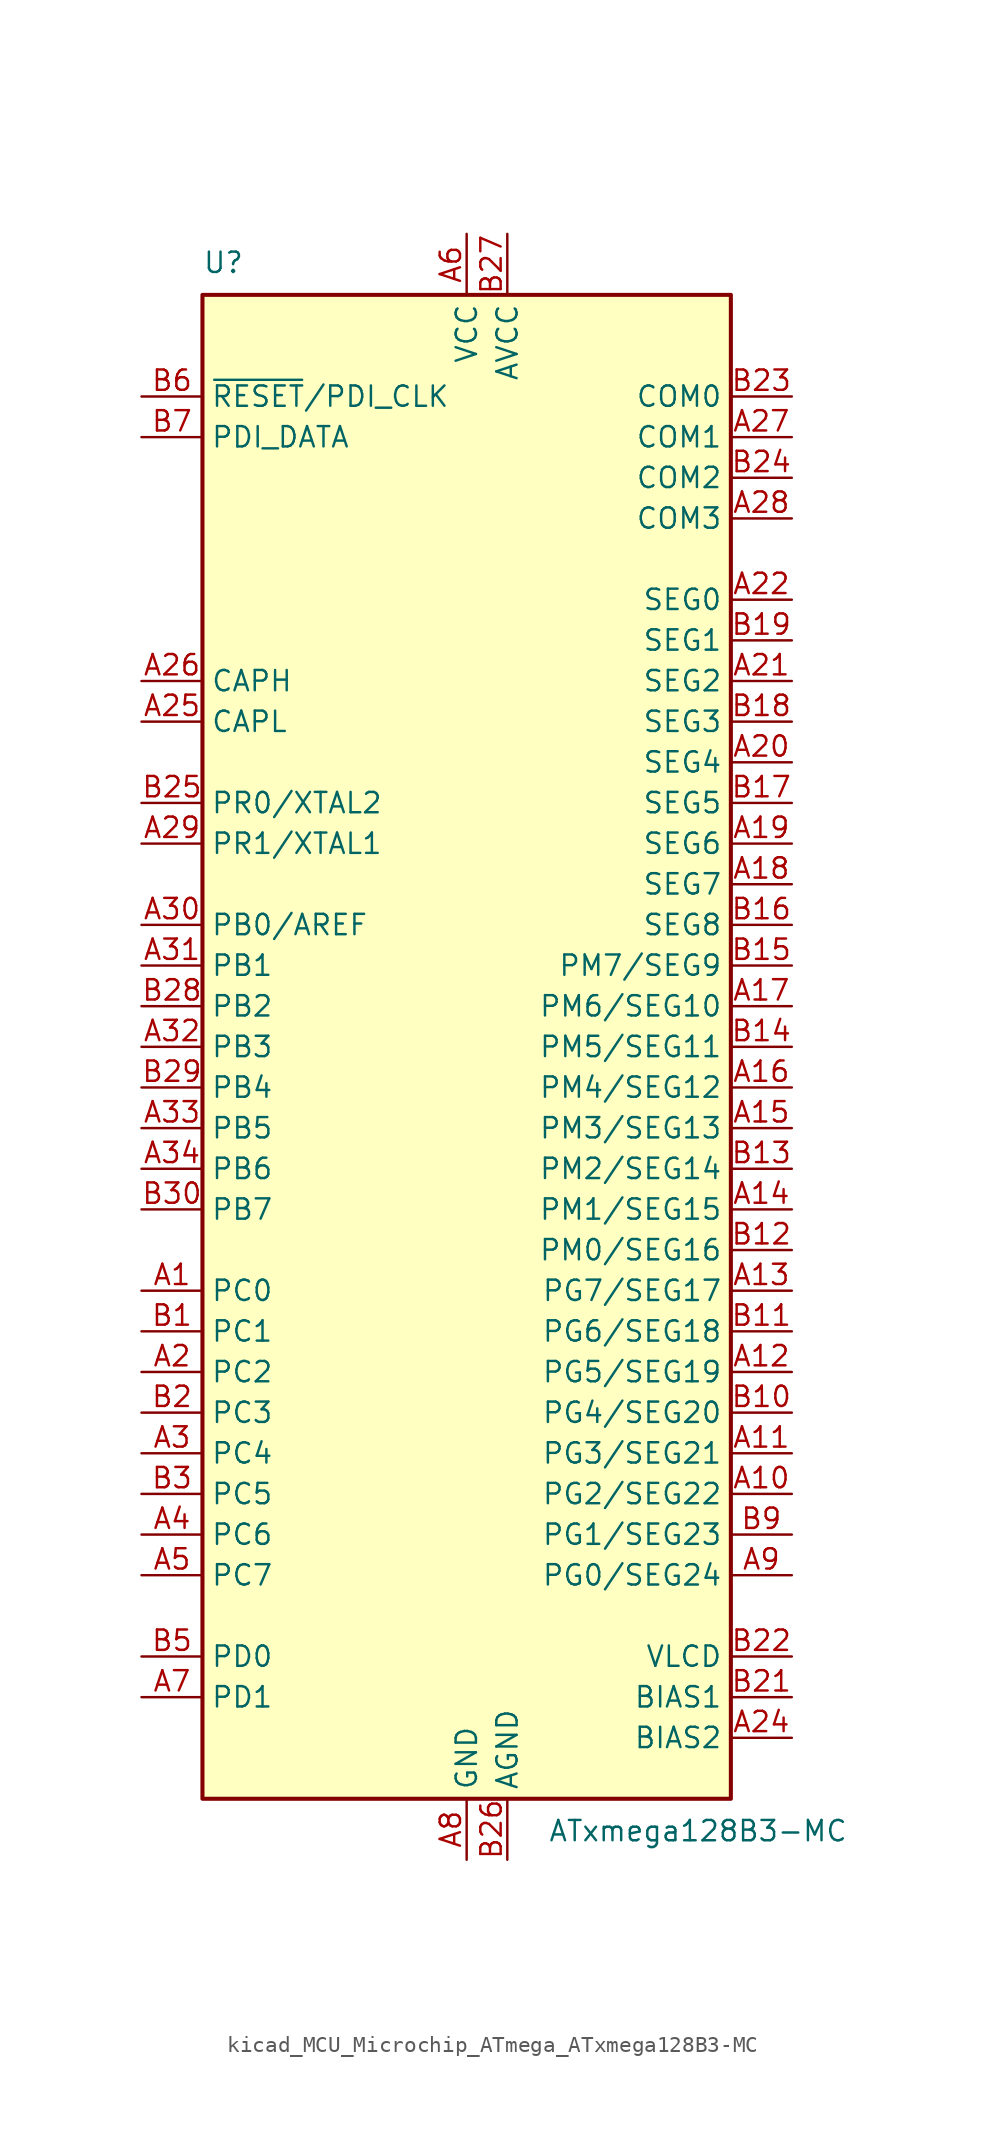
<source format=kicad_sym>
(kicad_symbol_lib
  (version 20220914)
  (generator kicad_symbol_editor)
  (symbol "kicad_MCU_Microchip_ATmega_ATxmega128B3-MC"
    (property "Reference" "U"
      (at -16.51 48.26 0)
      (effects (font (size 1.27 1.27)) (justify left bottom)))
    (property "Value" "ATxmega128B3-MC"
      (at 5.08 -48.26 0)
      (effects (font (size 1.27 1.27)) (justify left top)))
    (symbol "kicad_MCU_Microchip_ATmega_ATxmega128B3-MC_0_1"
      (rectangle (start -16.51 -46.99) (end 16.51 46.99) (stroke (width 0.254) (type default)) (fill (type background))))
    (symbol "kicad_MCU_Microchip_ATmega_ATxmega128B3-MC_1_1"
      (pin bidirectional line (at -20.32 -15.24 0) (length 3.81) (name "PC0" (effects (font (size 1.27 1.27)))) (number "A1" (effects (font (size 1.27 1.27)))))
      (pin bidirectional line (at 20.32 -27.94 180) (length 3.81) (name "PG2/SEG22" (effects (font (size 1.27 1.27)))) (number "A10" (effects (font (size 1.27 1.27)))))
      (pin bidirectional line (at 20.32 -25.4 180) (length 3.81) (name "PG3/SEG21" (effects (font (size 1.27 1.27)))) (number "A11" (effects (font (size 1.27 1.27)))))
      (pin bidirectional line (at 20.32 -20.32 180) (length 3.81) (name "PG5/SEG19" (effects (font (size 1.27 1.27)))) (number "A12" (effects (font (size 1.27 1.27)))))
      (pin bidirectional line (at 20.32 -15.24 180) (length 3.81) (name "PG7/SEG17" (effects (font (size 1.27 1.27)))) (number "A13" (effects (font (size 1.27 1.27)))))
      (pin bidirectional line (at 20.32 -10.16 180) (length 3.81) (name "PM1/SEG15" (effects (font (size 1.27 1.27)))) (number "A14" (effects (font (size 1.27 1.27)))))
      (pin bidirectional line (at 20.32 -5.08 180) (length 3.81) (name "PM3/SEG13" (effects (font (size 1.27 1.27)))) (number "A15" (effects (font (size 1.27 1.27)))))
      (pin bidirectional line (at 20.32 -2.54 180) (length 3.81) (name "PM4/SEG12" (effects (font (size 1.27 1.27)))) (number "A16" (effects (font (size 1.27 1.27)))))
      (pin bidirectional line (at 20.32 2.54 180) (length 3.81) (name "PM6/SEG10" (effects (font (size 1.27 1.27)))) (number "A17" (effects (font (size 1.27 1.27)))))
      (pin output line (at 20.32 10.16 180) (length 3.81) (name "SEG7" (effects (font (size 1.27 1.27)))) (number "A18" (effects (font (size 1.27 1.27)))))
      (pin output line (at 20.32 12.7 180) (length 3.81) (name "SEG6" (effects (font (size 1.27 1.27)))) (number "A19" (effects (font (size 1.27 1.27)))))
      (pin bidirectional line (at -20.32 -20.32 0) (length 3.81) (name "PC2" (effects (font (size 1.27 1.27)))) (number "A2" (effects (font (size 1.27 1.27)))))
      (pin output line (at 20.32 17.78 180) (length 3.81) (name "SEG4" (effects (font (size 1.27 1.27)))) (number "A20" (effects (font (size 1.27 1.27)))))
      (pin output line (at 20.32 22.86 180) (length 3.81) (name "SEG2" (effects (font (size 1.27 1.27)))) (number "A21" (effects (font (size 1.27 1.27)))))
      (pin output line (at 20.32 27.94 180) (length 3.81) (name "SEG0" (effects (font (size 1.27 1.27)))) (number "A22" (effects (font (size 1.27 1.27)))))
      (pin passive line (at 0 50.8 270) (length 3.81) hide (name "VCC" (effects (font (size 1.27 1.27)))) (number "A23" (effects (font (size 1.27 1.27)))))
      (pin power_out line (at 20.32 -43.18 180) (length 3.81) (name "BIAS2" (effects (font (size 1.27 1.27)))) (number "A24" (effects (font (size 1.27 1.27)))))
      (pin passive line (at -20.32 20.32 0) (length 3.81) (name "CAPL" (effects (font (size 1.27 1.27)))) (number "A25" (effects (font (size 1.27 1.27)))))
      (pin passive line (at -20.32 22.86 0) (length 3.81) (name "CAPH" (effects (font (size 1.27 1.27)))) (number "A26" (effects (font (size 1.27 1.27)))))
      (pin output line (at 20.32 38.1 180) (length 3.81) (name "COM1" (effects (font (size 1.27 1.27)))) (number "A27" (effects (font (size 1.27 1.27)))))
      (pin output line (at 20.32 33.02 180) (length 3.81) (name "COM3" (effects (font (size 1.27 1.27)))) (number "A28" (effects (font (size 1.27 1.27)))))
      (pin bidirectional line (at -20.32 12.7 0) (length 3.81) (name "PR1/XTAL1" (effects (font (size 1.27 1.27)))) (number "A29" (effects (font (size 1.27 1.27)))))
      (pin bidirectional line (at -20.32 -25.4 0) (length 3.81) (name "PC4" (effects (font (size 1.27 1.27)))) (number "A3" (effects (font (size 1.27 1.27)))))
      (pin bidirectional line (at -20.32 7.62 0) (length 3.81) (name "PB0/AREF" (effects (font (size 1.27 1.27)))) (number "A30" (effects (font (size 1.27 1.27)))))
      (pin bidirectional line (at -20.32 5.08 0) (length 3.81) (name "PB1" (effects (font (size 1.27 1.27)))) (number "A31" (effects (font (size 1.27 1.27)))))
      (pin bidirectional line (at -20.32 0 0) (length 3.81) (name "PB3" (effects (font (size 1.27 1.27)))) (number "A32" (effects (font (size 1.27 1.27)))))
      (pin bidirectional line (at -20.32 -5.08 0) (length 3.81) (name "PB5" (effects (font (size 1.27 1.27)))) (number "A33" (effects (font (size 1.27 1.27)))))
      (pin bidirectional line (at -20.32 -7.62 0) (length 3.81) (name "PB6" (effects (font (size 1.27 1.27)))) (number "A34" (effects (font (size 1.27 1.27)))))
      (pin bidirectional line (at -20.32 -30.48 0) (length 3.81) (name "PC6" (effects (font (size 1.27 1.27)))) (number "A4" (effects (font (size 1.27 1.27)))))
      (pin bidirectional line (at -20.32 -33.02 0) (length 3.81) (name "PC7" (effects (font (size 1.27 1.27)))) (number "A5" (effects (font (size 1.27 1.27)))))
      (pin power_in line (at 0 50.8 270) (length 3.81) (name "VCC" (effects (font (size 1.27 1.27)))) (number "A6" (effects (font (size 1.27 1.27)))))
      (pin bidirectional line (at -20.32 -40.64 0) (length 3.81) (name "PD1" (effects (font (size 1.27 1.27)))) (number "A7" (effects (font (size 1.27 1.27)))))
      (pin power_in line (at 0 -50.8 90) (length 3.81) (name "GND" (effects (font (size 1.27 1.27)))) (number "A8" (effects (font (size 1.27 1.27)))))
      (pin bidirectional line (at 20.32 -33.02 180) (length 3.81) (name "PG0/SEG24" (effects (font (size 1.27 1.27)))) (number "A9" (effects (font (size 1.27 1.27)))))
      (pin bidirectional line (at -20.32 -17.78 0) (length 3.81) (name "PC1" (effects (font (size 1.27 1.27)))) (number "B1" (effects (font (size 1.27 1.27)))))
      (pin bidirectional line (at 20.32 -22.86 180) (length 3.81) (name "PG4/SEG20" (effects (font (size 1.27 1.27)))) (number "B10" (effects (font (size 1.27 1.27)))))
      (pin bidirectional line (at 20.32 -17.78 180) (length 3.81) (name "PG6/SEG18" (effects (font (size 1.27 1.27)))) (number "B11" (effects (font (size 1.27 1.27)))))
      (pin bidirectional line (at 20.32 -12.7 180) (length 3.81) (name "PM0/SEG16" (effects (font (size 1.27 1.27)))) (number "B12" (effects (font (size 1.27 1.27)))))
      (pin bidirectional line (at 20.32 -7.62 180) (length 3.81) (name "PM2/SEG14" (effects (font (size 1.27 1.27)))) (number "B13" (effects (font (size 1.27 1.27)))))
      (pin bidirectional line (at 20.32 0 180) (length 3.81) (name "PM5/SEG11" (effects (font (size 1.27 1.27)))) (number "B14" (effects (font (size 1.27 1.27)))))
      (pin bidirectional line (at 20.32 5.08 180) (length 3.81) (name "PM7/SEG9" (effects (font (size 1.27 1.27)))) (number "B15" (effects (font (size 1.27 1.27)))))
      (pin output line (at 20.32 7.62 180) (length 3.81) (name "SEG8" (effects (font (size 1.27 1.27)))) (number "B16" (effects (font (size 1.27 1.27)))))
      (pin output line (at 20.32 15.24 180) (length 3.81) (name "SEG5" (effects (font (size 1.27 1.27)))) (number "B17" (effects (font (size 1.27 1.27)))))
      (pin output line (at 20.32 20.32 180) (length 3.81) (name "SEG3" (effects (font (size 1.27 1.27)))) (number "B18" (effects (font (size 1.27 1.27)))))
      (pin output line (at 20.32 25.4 180) (length 3.81) (name "SEG1" (effects (font (size 1.27 1.27)))) (number "B19" (effects (font (size 1.27 1.27)))))
      (pin bidirectional line (at -20.32 -22.86 0) (length 3.81) (name "PC3" (effects (font (size 1.27 1.27)))) (number "B2" (effects (font (size 1.27 1.27)))))
      (pin passive line (at 0 -50.8 90) (length 3.81) hide (name "GND" (effects (font (size 1.27 1.27)))) (number "B20" (effects (font (size 1.27 1.27)))))
      (pin power_out line (at 20.32 -40.64 180) (length 3.81) (name "BIAS1" (effects (font (size 1.27 1.27)))) (number "B21" (effects (font (size 1.27 1.27)))))
      (pin power_out line (at 20.32 -38.1 180) (length 3.81) (name "VLCD" (effects (font (size 1.27 1.27)))) (number "B22" (effects (font (size 1.27 1.27)))))
      (pin output line (at 20.32 40.64 180) (length 3.81) (name "COM0" (effects (font (size 1.27 1.27)))) (number "B23" (effects (font (size 1.27 1.27)))))
      (pin output line (at 20.32 35.56 180) (length 3.81) (name "COM2" (effects (font (size 1.27 1.27)))) (number "B24" (effects (font (size 1.27 1.27)))))
      (pin bidirectional line (at -20.32 15.24 0) (length 3.81) (name "PR0/XTAL2" (effects (font (size 1.27 1.27)))) (number "B25" (effects (font (size 1.27 1.27)))))
      (pin power_in line (at 2.54 -50.8 90) (length 3.81) (name "AGND" (effects (font (size 1.27 1.27)))) (number "B26" (effects (font (size 1.27 1.27)))))
      (pin power_in line (at 2.54 50.8 270) (length 3.81) (name "AVCC" (effects (font (size 1.27 1.27)))) (number "B27" (effects (font (size 1.27 1.27)))))
      (pin bidirectional line (at -20.32 2.54 0) (length 3.81) (name "PB2" (effects (font (size 1.27 1.27)))) (number "B28" (effects (font (size 1.27 1.27)))))
      (pin bidirectional line (at -20.32 -2.54 0) (length 3.81) (name "PB4" (effects (font (size 1.27 1.27)))) (number "B29" (effects (font (size 1.27 1.27)))))
      (pin bidirectional line (at -20.32 -27.94 0) (length 3.81) (name "PC5" (effects (font (size 1.27 1.27)))) (number "B3" (effects (font (size 1.27 1.27)))))
      (pin bidirectional line (at -20.32 -10.16 0) (length 3.81) (name "PB7" (effects (font (size 1.27 1.27)))) (number "B30" (effects (font (size 1.27 1.27)))))
      (pin passive line (at 0 -50.8 90) (length 3.81) hide (name "GND" (effects (font (size 1.27 1.27)))) (number "B4" (effects (font (size 1.27 1.27)))))
      (pin bidirectional line (at -20.32 -38.1 0) (length 3.81) (name "PD0" (effects (font (size 1.27 1.27)))) (number "B5" (effects (font (size 1.27 1.27)))))
      (pin input line (at -20.32 40.64 0) (length 3.81) (name "~{RESET}/PDI_CLK" (effects (font (size 1.27 1.27)))) (number "B6" (effects (font (size 1.27 1.27)))))
      (pin bidirectional line (at -20.32 38.1 0) (length 3.81) (name "PDI_DATA" (effects (font (size 1.27 1.27)))) (number "B7" (effects (font (size 1.27 1.27)))))
      (pin passive line (at 0 50.8 270) (length 3.81) hide (name "VCC" (effects (font (size 1.27 1.27)))) (number "B8" (effects (font (size 1.27 1.27)))))
      (pin bidirectional line (at 20.32 -30.48 180) (length 3.81) (name "PG1/SEG23" (effects (font (size 1.27 1.27)))) (number "B9" (effects (font (size 1.27 1.27)))))
      (pin passive line (at 0 -50.8 90) (length 3.81) hide (name "GND" (effects (font (size 1.27 1.27)))) (number "EP" (effects (font (size 1.27 1.27))))))))
</source>
